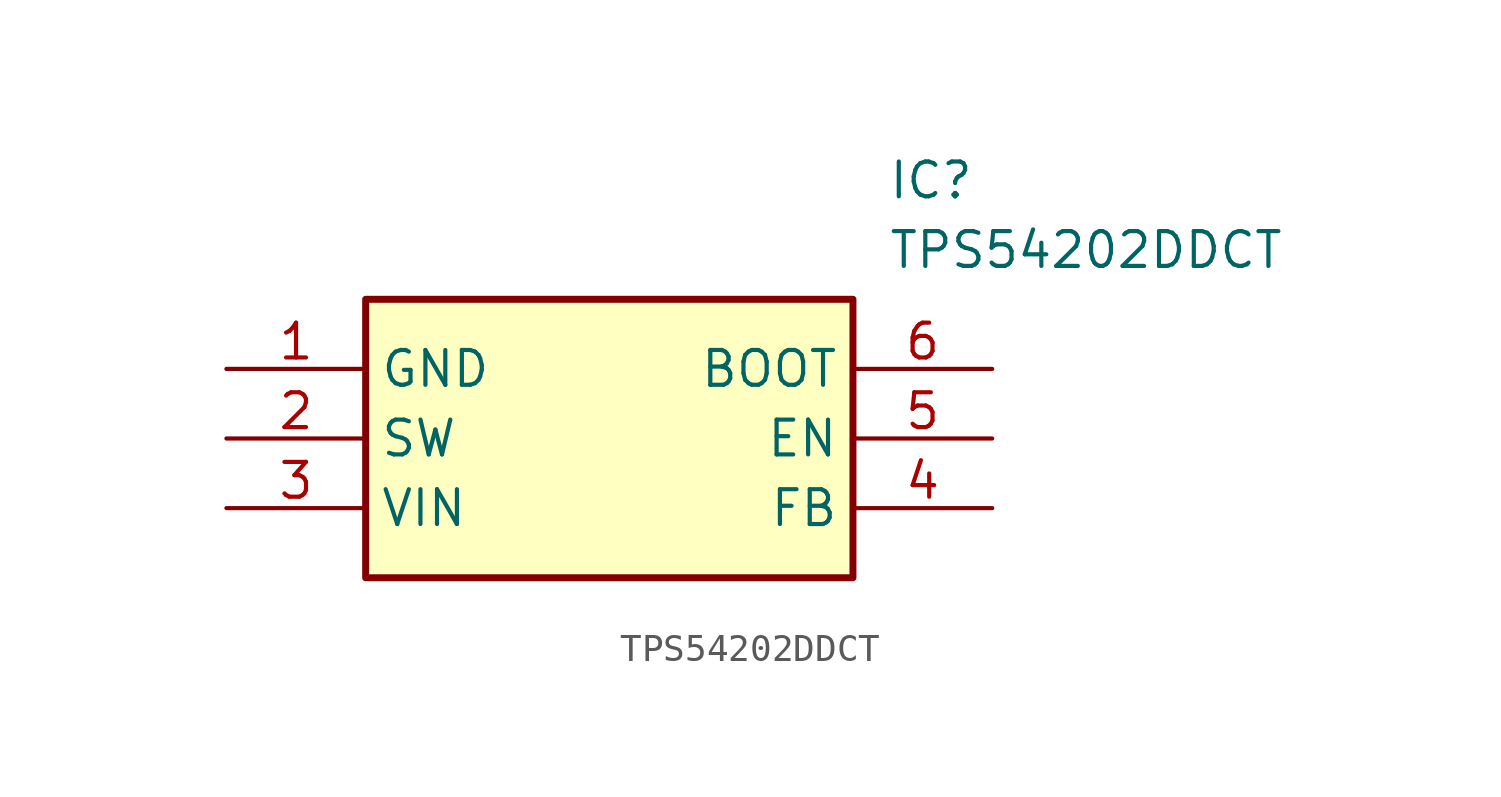
<source format=kicad_sym>
(kicad_symbol_lib
  (version 20211014)
  (generator SamacSys_ECAD_Model)
  (symbol "TPS54202DDCT"
    (property "Reference" "IC"
      (at 24.13 7.62 0)
      (effects (font (size 1.27 1.27)) (justify left top)))
    (property "Value" "TPS54202DDCT"
      (at 24.13 5.08 0)
      (effects (font (size 1.27 1.27)) (justify left top)))
    (rectangle
      (start 5.08 2.54)
      (end 22.86 -7.62)
      (stroke (width 0.254) (type default))
      (fill (type background)))
    (pin passive line
      (at 0 0 0)
      (length 5.08)
      (name "GND" (effects (font (size 1.27 1.27))))
      (number "1" (effects (font (size 1.27 1.27)))))
    (pin passive line
      (at 0 -2.54 0)
      (length 5.08)
      (name "SW" (effects (font (size 1.27 1.27))))
      (number "2" (effects (font (size 1.27 1.27)))))
    (pin passive line
      (at 0 -5.08 0)
      (length 5.08)
      (name "VIN" (effects (font (size 1.27 1.27))))
      (number "3" (effects (font (size 1.27 1.27)))))
    (pin passive line
      (at 27.94 0 180)
      (length 5.08)
      (name "BOOT" (effects (font (size 1.27 1.27))))
      (number "6" (effects (font (size 1.27 1.27)))))
    (pin passive line
      (at 27.94 -2.54 180)
      (length 5.08)
      (name "EN" (effects (font (size 1.27 1.27))))
      (number "5" (effects (font (size 1.27 1.27)))))
    (pin passive line
      (at 27.94 -5.08 180)
      (length 5.08)
      (name "FB" (effects (font (size 1.27 1.27))))
      (number "4" (effects (font (size 1.27 1.27)))))))
</source>
